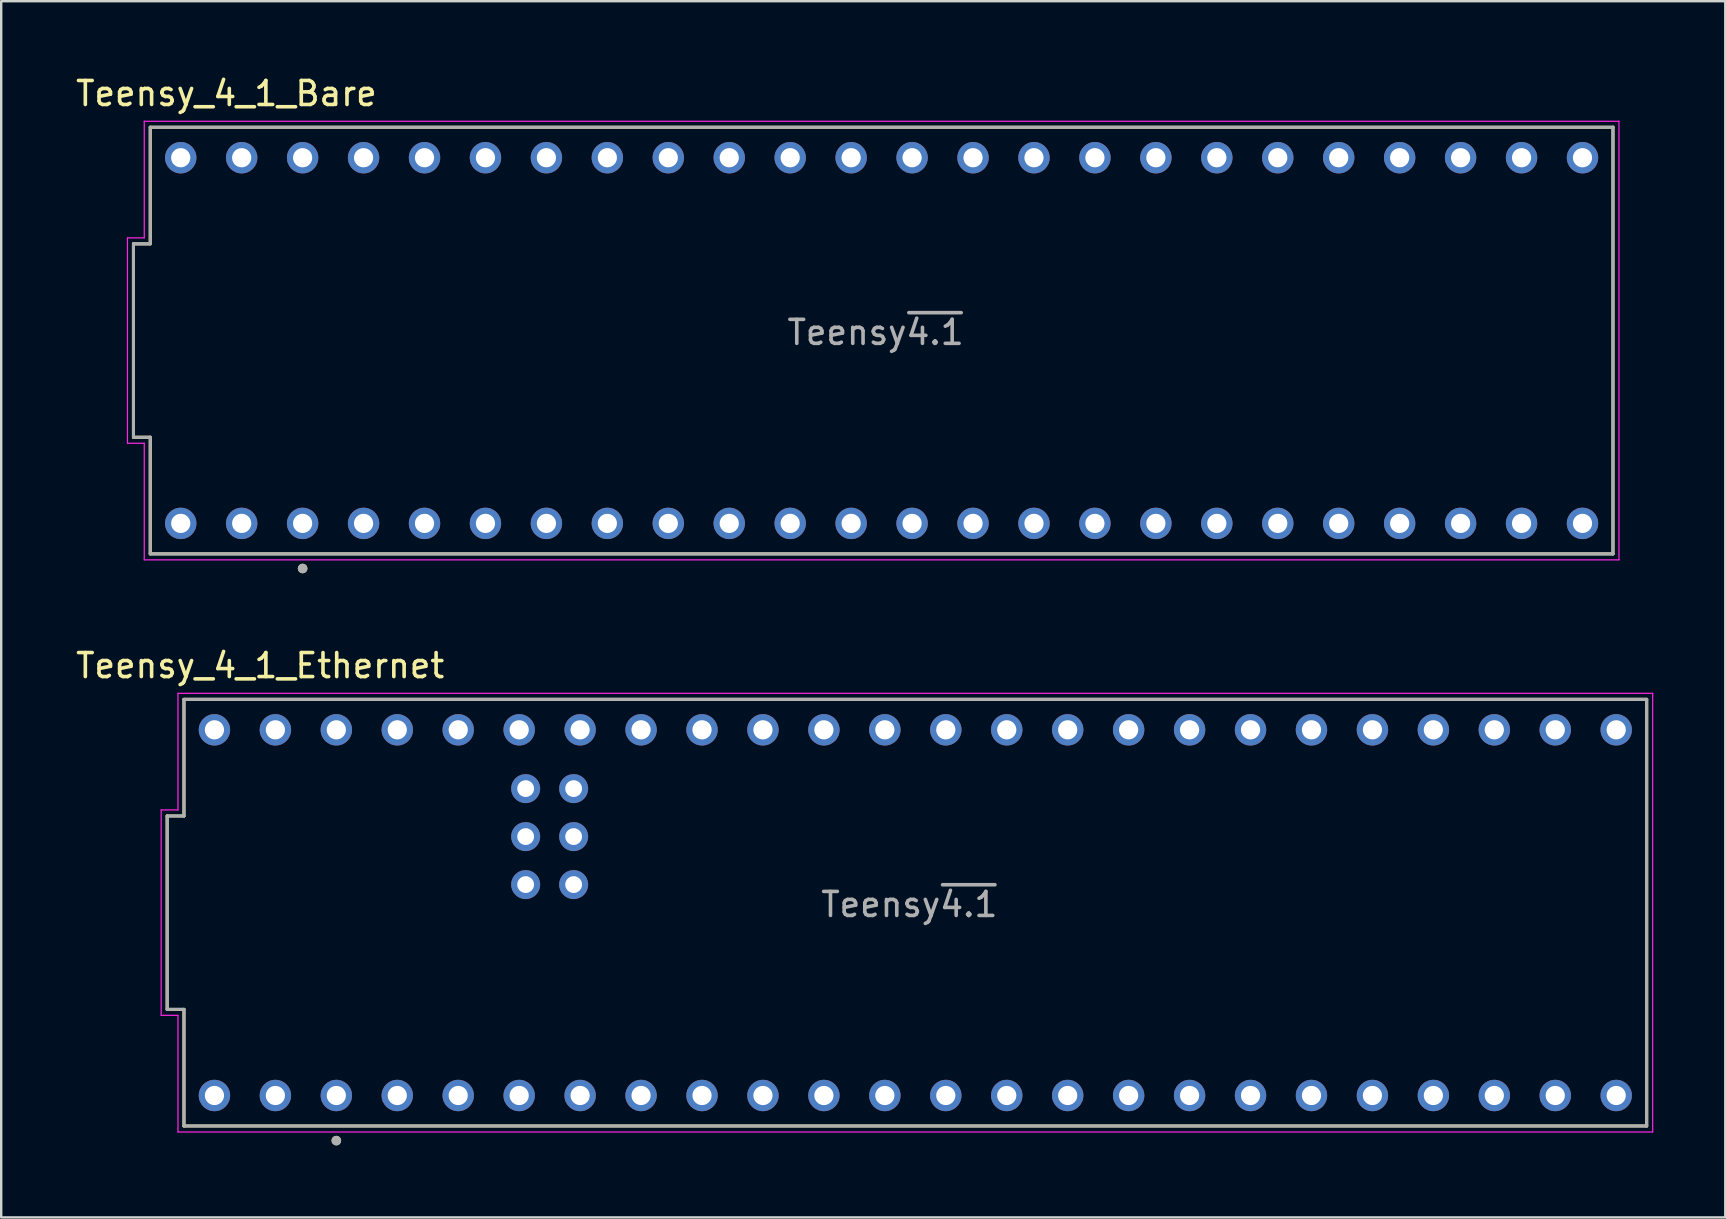
<source format=kicad_pcb>
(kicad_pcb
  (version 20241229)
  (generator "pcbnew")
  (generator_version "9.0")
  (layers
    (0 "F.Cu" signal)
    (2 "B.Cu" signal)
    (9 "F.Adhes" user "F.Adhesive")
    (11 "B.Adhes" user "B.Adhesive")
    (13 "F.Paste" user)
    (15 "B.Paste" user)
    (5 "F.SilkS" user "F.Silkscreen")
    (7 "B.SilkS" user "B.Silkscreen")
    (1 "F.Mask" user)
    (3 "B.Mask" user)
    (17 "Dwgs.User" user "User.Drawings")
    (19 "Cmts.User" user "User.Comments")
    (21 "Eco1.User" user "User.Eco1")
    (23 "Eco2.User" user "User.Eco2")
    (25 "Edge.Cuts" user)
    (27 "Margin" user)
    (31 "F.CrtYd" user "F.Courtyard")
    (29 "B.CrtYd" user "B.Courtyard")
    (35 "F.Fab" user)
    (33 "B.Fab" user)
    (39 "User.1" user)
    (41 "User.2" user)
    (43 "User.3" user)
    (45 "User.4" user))
  (footprint "Teensy_4_1_Ethernet"
    (layer "F.Cu")
    (at 35.097 34.986)
    (property "Reference" "Teensy_4_1_Ethernet" (at -27.305 -10.295 0) (layer "F.SilkS") (effects (font (size 1 1) (thickness 0.15))))
    (attr through_hole)
    (fp_line (start -31.18 4.03) (end -31.18 -4.03) (stroke (width 0.127) (type solid)) (layer "F.SilkS"))
    (fp_line (start -30.48 -8.89) (end -30.48 -4.03) (stroke (width 0.127) (type solid)) (layer "F.SilkS"))
    (fp_line (start -30.48 -8.89) (end 30.48 -8.89) (stroke (width 0.127) (type solid)) (layer "F.SilkS"))
    (fp_line (start -30.48 -4.03) (end -31.18 -4.03) (stroke (width 0.127) (type solid)) (layer "F.SilkS"))
    (fp_line (start -30.48 4.03) (end -31.18 4.03) (stroke (width 0.127) (type solid)) (layer "F.SilkS"))
    (fp_line (start -30.48 8.89) (end -30.48 4.03) (stroke (width 0.127) (type solid)) (layer "F.SilkS"))
    (fp_line (start 30.48 -8.89) (end 30.48 8.89) (stroke (width 0.127) (type solid)) (layer "F.SilkS"))
    (fp_line (start 30.48 8.89) (end -30.48 8.89) (stroke (width 0.127) (type solid)) (layer "F.SilkS"))
    (fp_circle (center -24.13 9.5) (end -24.03 9.5) (stroke (width 0.2) (type solid)) (fill no) (layer "F.SilkS"))
    (fp_line (start -31.43 4.28) (end -31.43 -4.28) (stroke (width 0.05) (type solid)) (layer "F.CrtYd"))
    (fp_line (start -30.73 -9.14) (end -30.73 -4.28) (stroke (width 0.05) (type solid)) (layer "F.CrtYd"))
    (fp_line (start -30.73 -9.14) (end 30.73 -9.14) (stroke (width 0.05) (type solid)) (layer "F.CrtYd"))
    (fp_line (start -30.73 -4.28) (end -31.43 -4.28) (stroke (width 0.05) (type solid)) (layer "F.CrtYd"))
    (fp_line (start -30.73 4.28) (end -31.43 4.28) (stroke (width 0.05) (type solid)) (layer "F.CrtYd"))
    (fp_line (start -30.73 9.14) (end -30.73 4.28) (stroke (width 0.05) (type solid)) (layer "F.CrtYd"))
    (fp_line (start 30.73 -9.14) (end 30.73 9.14) (stroke (width 0.05) (type solid)) (layer "F.CrtYd"))
    (fp_line (start 30.73 9.14) (end -30.73 9.14) (stroke (width 0.05) (type solid)) (layer "F.CrtYd"))
    (fp_line (start -31.18 4.03) (end -31.18 -4.03) (stroke (width 0.127) (type solid)) (layer "F.Fab"))
    (fp_line (start -30.48 -8.89) (end -30.48 -4.03) (stroke (width 0.127) (type solid)) (layer "F.Fab"))
    (fp_line (start -30.48 -8.89) (end 30.48 -8.89) (stroke (width 0.127) (type solid)) (layer "F.Fab"))
    (fp_line (start -30.48 -4.03) (end -31.18 -4.03) (stroke (width 0.127) (type solid)) (layer "F.Fab"))
    (fp_line (start -30.48 4.03) (end -31.18 4.03) (stroke (width 0.127) (type solid)) (layer "F.Fab"))
    (fp_line (start -30.48 8.89) (end -30.48 4.03) (stroke (width 0.127) (type solid)) (layer "F.Fab"))
    (fp_line (start 30.48 -8.89) (end 30.48 8.89) (stroke (width 0.127) (type solid)) (layer "F.Fab"))
    (fp_line (start 30.48 8.89) (end -30.48 8.89) (stroke (width 0.127) (type solid)) (layer "F.Fab"))
    (fp_circle (center -24.13 9.5) (end -24.03 9.5) (stroke (width 0.2) (type solid)) (fill no) (layer "F.Fab"))
    (fp_text user "Teensy~{4.1}" (at -0.25 -0.34 0) (layer "F.Fab") (effects (font (size 1 1) (thickness 0.15))))
    (pad "0" thru_hole circle (at -26.67 7.62) (size 1.308 1.308) (drill 0.8) (layers "*.Cu" "*.Mask"))
    (pad "1" thru_hole circle (at -24.13 7.62) (size 1.308 1.308) (drill 0.8) (layers "*.Cu" "*.Mask"))
    (pad "2" thru_hole circle (at -21.59 7.62) (size 1.308 1.308) (drill 0.8) (layers "*.Cu" "*.Mask"))
    (pad "3" thru_hole circle (at -19.05 7.62) (size 1.308 1.308) (drill 0.8) (layers "*.Cu" "*.Mask"))
    (pad "3.3V_1" thru_hole circle (at 6.35 7.62) (size 1.308 1.308) (drill 0.8) (layers "*.Cu" "*.Mask"))
    (pad "3.3V_2" thru_hole circle (at -24.13 -7.62) (size 1.308 1.308) (drill 0.8) (layers "*.Cu" "*.Mask"))
    (pad "4" thru_hole circle (at -16.51 7.62) (size 1.308 1.308) (drill 0.8) (layers "*.Cu" "*.Mask"))
    (pad "5" thru_hole circle (at -13.97 7.62) (size 1.308 1.308) (drill 0.8) (layers "*.Cu" "*.Mask"))
    (pad "6" thru_hole circle (at -11.43 7.62) (size 1.308 1.308) (drill 0.8) (layers "*.Cu" "*.Mask"))
    (pad "7" thru_hole circle (at -8.89 7.62) (size 1.308 1.308) (drill 0.8) (layers "*.Cu" "*.Mask"))
    (pad "8" thru_hole circle (at -6.35 7.62) (size 1.308 1.308) (drill 0.8) (layers "*.Cu" "*.Mask"))
    (pad "9" thru_hole circle (at -3.81 7.62) (size 1.308 1.308) (drill 0.8) (layers "*.Cu" "*.Mask"))
    (pad "10" thru_hole circle (at -1.27 7.62) (size 1.308 1.308) (drill 0.8) (layers "*.Cu" "*.Mask"))
    (pad "11" thru_hole circle (at 1.27 7.62) (size 1.308 1.308) (drill 0.8) (layers "*.Cu" "*.Mask"))
    (pad "12" thru_hole circle (at 3.81 7.62) (size 1.308 1.308) (drill 0.8) (layers "*.Cu" "*.Mask"))
    (pad "13" thru_hole circle (at 3.81 -7.62) (size 1.308 1.308) (drill 0.8) (layers "*.Cu" "*.Mask"))
    (pad "14" thru_hole circle (at 1.27 -7.62) (size 1.308 1.308) (drill 0.8) (layers "*.Cu" "*.Mask"))
    (pad "15" thru_hole circle (at -1.27 -7.62) (size 1.308 1.308) (drill 0.8) (layers "*.Cu" "*.Mask"))
    (pad "16" thru_hole circle (at -3.81 -7.62) (size 1.308 1.308) (drill 0.8) (layers "*.Cu" "*.Mask"))
    (pad "17" thru_hole circle (at -6.35 -7.62) (size 1.308 1.308) (drill 0.8) (layers "*.Cu" "*.Mask"))
    (pad "18" thru_hole circle (at -8.89 -7.62) (size 1.308 1.308) (drill 0.8) (layers "*.Cu" "*.Mask"))
    (pad "19" thru_hole circle (at -11.43 -7.62) (size 1.308 1.308) (drill 0.8) (layers "*.Cu" "*.Mask"))
    (pad "20" thru_hole circle (at -13.97 -7.62) (size 1.308 1.308) (drill 0.8) (layers "*.Cu" "*.Mask"))
    (pad "21" thru_hole circle (at -16.51 -7.62) (size 1.308 1.308) (drill 0.8) (layers "*.Cu" "*.Mask"))
    (pad "22" thru_hole circle (at -19.05 -7.62) (size 1.308 1.308) (drill 0.8) (layers "*.Cu" "*.Mask"))
    (pad "23" thru_hole circle (at -21.59 -7.62) (size 1.308 1.308) (drill 0.8) (layers "*.Cu" "*.Mask"))
    (pad "24" thru_hole circle (at 8.89 7.62) (size 1.308 1.308) (drill 0.8) (layers "*.Cu" "*.Mask"))
    (pad "25" thru_hole circle (at 11.43 7.62) (size 1.308 1.308) (drill 0.8) (layers "*.Cu" "*.Mask"))
    (pad "26" thru_hole circle (at 13.97 7.62) (size 1.308 1.308) (drill 0.8) (layers "*.Cu" "*.Mask"))
    (pad "27" thru_hole circle (at 16.51 7.62) (size 1.308 1.308) (drill 0.8) (layers "*.Cu" "*.Mask"))
    (pad "28" thru_hole circle (at 19.05 7.62) (size 1.308 1.308) (drill 0.8) (layers "*.Cu" "*.Mask"))
    (pad "29" thru_hole circle (at 21.59 7.62) (size 1.308 1.308) (drill 0.8) (layers "*.Cu" "*.Mask"))
    (pad "30" thru_hole circle (at 24.13 7.62) (size 1.308 1.308) (drill 0.8) (layers "*.Cu" "*.Mask"))
    (pad "31" thru_hole circle (at 26.67 7.62) (size 1.308 1.308) (drill 0.8) (layers "*.Cu" "*.Mask"))
    (pad "32" thru_hole circle (at 29.21 7.62) (size 1.308 1.308) (drill 0.8) (layers "*.Cu" "*.Mask"))
    (pad "33" thru_hole circle (at 29.21 -7.62) (size 1.308 1.308) (drill 0.8) (layers "*.Cu" "*.Mask"))
    (pad "34" thru_hole circle (at 26.67 -7.62) (size 1.308 1.308) (drill 0.8) (layers "*.Cu" "*.Mask"))
    (pad "35" thru_hole circle (at 24.13 -7.62) (size 1.308 1.308) (drill 0.8) (layers "*.Cu" "*.Mask"))
    (pad "36" thru_hole circle (at 21.59 -7.62) (size 1.308 1.308) (drill 0.8) (layers "*.Cu" "*.Mask"))
    (pad "37" thru_hole circle (at 19.05 -7.62) (size 1.308 1.308) (drill 0.8) (layers "*.Cu" "*.Mask"))
    (pad "38" thru_hole circle (at 16.51 -7.62) (size 1.308 1.308) (drill 0.8) (layers "*.Cu" "*.Mask"))
    (pad "39" thru_hole circle (at 13.97 -7.62) (size 1.308 1.308) (drill 0.8) (layers "*.Cu" "*.Mask"))
    (pad "40" thru_hole circle (at 11.43 -7.62) (size 1.308 1.308) (drill 0.8) (layers "*.Cu" "*.Mask"))
    (pad "41" thru_hole circle (at 8.89 -7.62) (size 1.308 1.308) (drill 0.8) (layers "*.Cu" "*.Mask"))
    (pad "GND1" thru_hole circle (at -29.21 7.62) (size 1.308 1.308) (drill 0.8) (layers "*.Cu" "*.Mask"))
    (pad "GND2" thru_hole circle (at 6.35 -7.62) (size 1.308 1.308) (drill 0.8) (layers "*.Cu" "*.Mask"))
    (pad "GND3" thru_hole circle (at -26.67 -7.62) (size 1.308 1.308) (drill 0.8) (layers "*.Cu" "*.Mask"))
    (pad "GND5" thru_hole circle (at -14.24 -3.17) (size 1.208 1.208) (drill 0.7) (layers "*.Cu" "*.Mask"))
    (pad "LED" thru_hole circle (at -16.24 -3.17) (size 1.208 1.208) (drill 0.7) (layers "*.Cu" "*.Mask"))
    (pad "R+" thru_hole circle (at -16.24 -5.17) (size 1.208 1.208) (drill 0.7) (layers "*.Cu" "*.Mask"))
    (pad "R-" thru_hole circle (at -14.24 -5.17) (size 1.208 1.208) (drill 0.7) (layers "*.Cu" "*.Mask"))
    (pad "T+" thru_hole circle (at -14.24 -1.17) (size 1.208 1.208) (drill 0.7) (layers "*.Cu" "*.Mask"))
    (pad "T-" thru_hole circle (at -16.24 -1.17) (size 1.208 1.208) (drill 0.7) (layers "*.Cu" "*.Mask"))
    (pad "VIN" thru_hole circle (at -29.21 -7.62) (size 1.308 1.308) (drill 0.8) (layers "*.Cu" "*.Mask")))
  (footprint "Teensy_4_1_Bare"
    (layer "F.Cu")
    (at 33.692 11.143)
    (property "Reference" "Teensy_4_1_Bare" (at -27.305 -10.295 0) (layer "F.SilkS") (effects (font (size 1 1) (thickness 0.15))))
    (attr through_hole)
    (fp_line (start -31.18 4.03) (end -31.18 -4.03) (stroke (width 0.127) (type solid)) (layer "F.SilkS"))
    (fp_line (start -30.48 -8.89) (end -30.48 -4.03) (stroke (width 0.127) (type solid)) (layer "F.SilkS"))
    (fp_line (start -30.48 -8.89) (end 30.48 -8.89) (stroke (width 0.127) (type solid)) (layer "F.SilkS"))
    (fp_line (start -30.48 -4.03) (end -31.18 -4.03) (stroke (width 0.127) (type solid)) (layer "F.SilkS"))
    (fp_line (start -30.48 4.03) (end -31.18 4.03) (stroke (width 0.127) (type solid)) (layer "F.SilkS"))
    (fp_line (start -30.48 8.89) (end -30.48 4.03) (stroke (width 0.127) (type solid)) (layer "F.SilkS"))
    (fp_line (start 30.48 -8.89) (end 30.48 8.89) (stroke (width 0.127) (type solid)) (layer "F.SilkS"))
    (fp_line (start 30.48 8.89) (end -30.48 8.89) (stroke (width 0.127) (type solid)) (layer "F.SilkS"))
    (fp_circle (center -24.13 9.5) (end -24.03 9.5) (stroke (width 0.2) (type solid)) (fill no) (layer "F.SilkS"))
    (fp_line (start -31.43 4.28) (end -31.43 -4.28) (stroke (width 0.05) (type solid)) (layer "F.CrtYd"))
    (fp_line (start -30.73 -9.14) (end -30.73 -4.28) (stroke (width 0.05) (type solid)) (layer "F.CrtYd"))
    (fp_line (start -30.73 -9.14) (end 30.73 -9.14) (stroke (width 0.05) (type solid)) (layer "F.CrtYd"))
    (fp_line (start -30.73 -4.28) (end -31.43 -4.28) (stroke (width 0.05) (type solid)) (layer "F.CrtYd"))
    (fp_line (start -30.73 4.28) (end -31.43 4.28) (stroke (width 0.05) (type solid)) (layer "F.CrtYd"))
    (fp_line (start -30.73 9.14) (end -30.73 4.28) (stroke (width 0.05) (type solid)) (layer "F.CrtYd"))
    (fp_line (start 30.73 -9.14) (end 30.73 9.14) (stroke (width 0.05) (type solid)) (layer "F.CrtYd"))
    (fp_line (start 30.73 9.14) (end -30.73 9.14) (stroke (width 0.05) (type solid)) (layer "F.CrtYd"))
    (fp_line (start -31.18 4.03) (end -31.18 -4.03) (stroke (width 0.127) (type solid)) (layer "F.Fab"))
    (fp_line (start -30.48 -8.89) (end -30.48 -4.03) (stroke (width 0.127) (type solid)) (layer "F.Fab"))
    (fp_line (start -30.48 -8.89) (end 30.48 -8.89) (stroke (width 0.127) (type solid)) (layer "F.Fab"))
    (fp_line (start -30.48 -4.03) (end -31.18 -4.03) (stroke (width 0.127) (type solid)) (layer "F.Fab"))
    (fp_line (start -30.48 4.03) (end -31.18 4.03) (stroke (width 0.127) (type solid)) (layer "F.Fab"))
    (fp_line (start -30.48 8.89) (end -30.48 4.03) (stroke (width 0.127) (type solid)) (layer "F.Fab"))
    (fp_line (start 30.48 -8.89) (end 30.48 8.89) (stroke (width 0.127) (type solid)) (layer "F.Fab"))
    (fp_line (start 30.48 8.89) (end -30.48 8.89) (stroke (width 0.127) (type solid)) (layer "F.Fab"))
    (fp_circle (center -24.13 9.5) (end -24.03 9.5) (stroke (width 0.2) (type solid)) (fill no) (layer "F.Fab"))
    (fp_text user "Teensy~{4.1}" (at -0.25 -0.34 0) (layer "F.Fab") (effects (font (size 1 1) (thickness 0.15))))
    (pad "0" thru_hole circle (at -26.67 7.62) (size 1.308 1.308) (drill 0.8) (layers "*.Cu" "*.Mask"))
    (pad "1" thru_hole circle (at -24.13 7.62) (size 1.308 1.308) (drill 0.8) (layers "*.Cu" "*.Mask"))
    (pad "2" thru_hole circle (at -21.59 7.62) (size 1.308 1.308) (drill 0.8) (layers "*.Cu" "*.Mask"))
    (pad "3" thru_hole circle (at -19.05 7.62) (size 1.308 1.308) (drill 0.8) (layers "*.Cu" "*.Mask"))
    (pad "3.3V_1" thru_hole circle (at 6.35 7.62) (size 1.308 1.308) (drill 0.8) (layers "*.Cu" "*.Mask"))
    (pad "3.3V_2" thru_hole circle (at -24.13 -7.62) (size 1.308 1.308) (drill 0.8) (layers "*.Cu" "*.Mask"))
    (pad "4" thru_hole circle (at -16.51 7.62) (size 1.308 1.308) (drill 0.8) (layers "*.Cu" "*.Mask"))
    (pad "5" thru_hole circle (at -13.97 7.62) (size 1.308 1.308) (drill 0.8) (layers "*.Cu" "*.Mask"))
    (pad "6" thru_hole circle (at -11.43 7.62) (size 1.308 1.308) (drill 0.8) (layers "*.Cu" "*.Mask"))
    (pad "7" thru_hole circle (at -8.89 7.62) (size 1.308 1.308) (drill 0.8) (layers "*.Cu" "*.Mask"))
    (pad "8" thru_hole circle (at -6.35 7.62) (size 1.308 1.308) (drill 0.8) (layers "*.Cu" "*.Mask"))
    (pad "9" thru_hole circle (at -3.81 7.62) (size 1.308 1.308) (drill 0.8) (layers "*.Cu" "*.Mask"))
    (pad "10" thru_hole circle (at -1.27 7.62) (size 1.308 1.308) (drill 0.8) (layers "*.Cu" "*.Mask"))
    (pad "11" thru_hole circle (at 1.27 7.62) (size 1.308 1.308) (drill 0.8) (layers "*.Cu" "*.Mask"))
    (pad "12" thru_hole circle (at 3.81 7.62) (size 1.308 1.308) (drill 0.8) (layers "*.Cu" "*.Mask"))
    (pad "13" thru_hole circle (at 3.81 -7.62) (size 1.308 1.308) (drill 0.8) (layers "*.Cu" "*.Mask"))
    (pad "14" thru_hole circle (at 1.27 -7.62) (size 1.308 1.308) (drill 0.8) (layers "*.Cu" "*.Mask"))
    (pad "15" thru_hole circle (at -1.27 -7.62) (size 1.308 1.308) (drill 0.8) (layers "*.Cu" "*.Mask"))
    (pad "16" thru_hole circle (at -3.81 -7.62) (size 1.308 1.308) (drill 0.8) (layers "*.Cu" "*.Mask"))
    (pad "17" thru_hole circle (at -6.35 -7.62) (size 1.308 1.308) (drill 0.8) (layers "*.Cu" "*.Mask"))
    (pad "18" thru_hole circle (at -8.89 -7.62) (size 1.308 1.308) (drill 0.8) (layers "*.Cu" "*.Mask"))
    (pad "19" thru_hole circle (at -11.43 -7.62) (size 1.308 1.308) (drill 0.8) (layers "*.Cu" "*.Mask"))
    (pad "20" thru_hole circle (at -13.97 -7.62) (size 1.308 1.308) (drill 0.8) (layers "*.Cu" "*.Mask"))
    (pad "21" thru_hole circle (at -16.51 -7.62) (size 1.308 1.308) (drill 0.8) (layers "*.Cu" "*.Mask"))
    (pad "22" thru_hole circle (at -19.05 -7.62) (size 1.308 1.308) (drill 0.8) (layers "*.Cu" "*.Mask"))
    (pad "23" thru_hole circle (at -21.59 -7.62) (size 1.308 1.308) (drill 0.8) (layers "*.Cu" "*.Mask"))
    (pad "24" thru_hole circle (at 8.89 7.62) (size 1.308 1.308) (drill 0.8) (layers "*.Cu" "*.Mask"))
    (pad "25" thru_hole circle (at 11.43 7.62) (size 1.308 1.308) (drill 0.8) (layers "*.Cu" "*.Mask"))
    (pad "26" thru_hole circle (at 13.97 7.62) (size 1.308 1.308) (drill 0.8) (layers "*.Cu" "*.Mask"))
    (pad "27" thru_hole circle (at 16.51 7.62) (size 1.308 1.308) (drill 0.8) (layers "*.Cu" "*.Mask"))
    (pad "28" thru_hole circle (at 19.05 7.62) (size 1.308 1.308) (drill 0.8) (layers "*.Cu" "*.Mask"))
    (pad "29" thru_hole circle (at 21.59 7.62) (size 1.308 1.308) (drill 0.8) (layers "*.Cu" "*.Mask"))
    (pad "30" thru_hole circle (at 24.13 7.62) (size 1.308 1.308) (drill 0.8) (layers "*.Cu" "*.Mask"))
    (pad "31" thru_hole circle (at 26.67 7.62) (size 1.308 1.308) (drill 0.8) (layers "*.Cu" "*.Mask"))
    (pad "32" thru_hole circle (at 29.21 7.62) (size 1.308 1.308) (drill 0.8) (layers "*.Cu" "*.Mask"))
    (pad "33" thru_hole circle (at 29.21 -7.62) (size 1.308 1.308) (drill 0.8) (layers "*.Cu" "*.Mask"))
    (pad "34" thru_hole circle (at 26.67 -7.62) (size 1.308 1.308) (drill 0.8) (layers "*.Cu" "*.Mask"))
    (pad "35" thru_hole circle (at 24.13 -7.62) (size 1.308 1.308) (drill 0.8) (layers "*.Cu" "*.Mask"))
    (pad "36" thru_hole circle (at 21.59 -7.62) (size 1.308 1.308) (drill 0.8) (layers "*.Cu" "*.Mask"))
    (pad "37" thru_hole circle (at 19.05 -7.62) (size 1.308 1.308) (drill 0.8) (layers "*.Cu" "*.Mask"))
    (pad "38" thru_hole circle (at 16.51 -7.62) (size 1.308 1.308) (drill 0.8) (layers "*.Cu" "*.Mask"))
    (pad "39" thru_hole circle (at 13.97 -7.62) (size 1.308 1.308) (drill 0.8) (layers "*.Cu" "*.Mask"))
    (pad "40" thru_hole circle (at 11.43 -7.62) (size 1.308 1.308) (drill 0.8) (layers "*.Cu" "*.Mask"))
    (pad "41" thru_hole circle (at 8.89 -7.62) (size 1.308 1.308) (drill 0.8) (layers "*.Cu" "*.Mask"))
    (pad "GND1" thru_hole circle (at -29.21 7.62) (size 1.308 1.308) (drill 0.8) (layers "*.Cu" "*.Mask"))
    (pad "GND2" thru_hole circle (at 6.35 -7.62) (size 1.308 1.308) (drill 0.8) (layers "*.Cu" "*.Mask"))
    (pad "GND3" thru_hole circle (at -26.67 -7.62) (size 1.308 1.308) (drill 0.8) (layers "*.Cu" "*.Mask"))
    (pad "VIN" thru_hole circle (at -29.21 -7.62) (size 1.308 1.308) (drill 0.8) (layers "*.Cu" "*.Mask")))
  (gr_rect
    (start -3 -3)
    (end 68.852 47.687)
    (stroke (width 0.1) (type default))
    (fill no)
    (layer "Edge.Cuts")))
</source>
